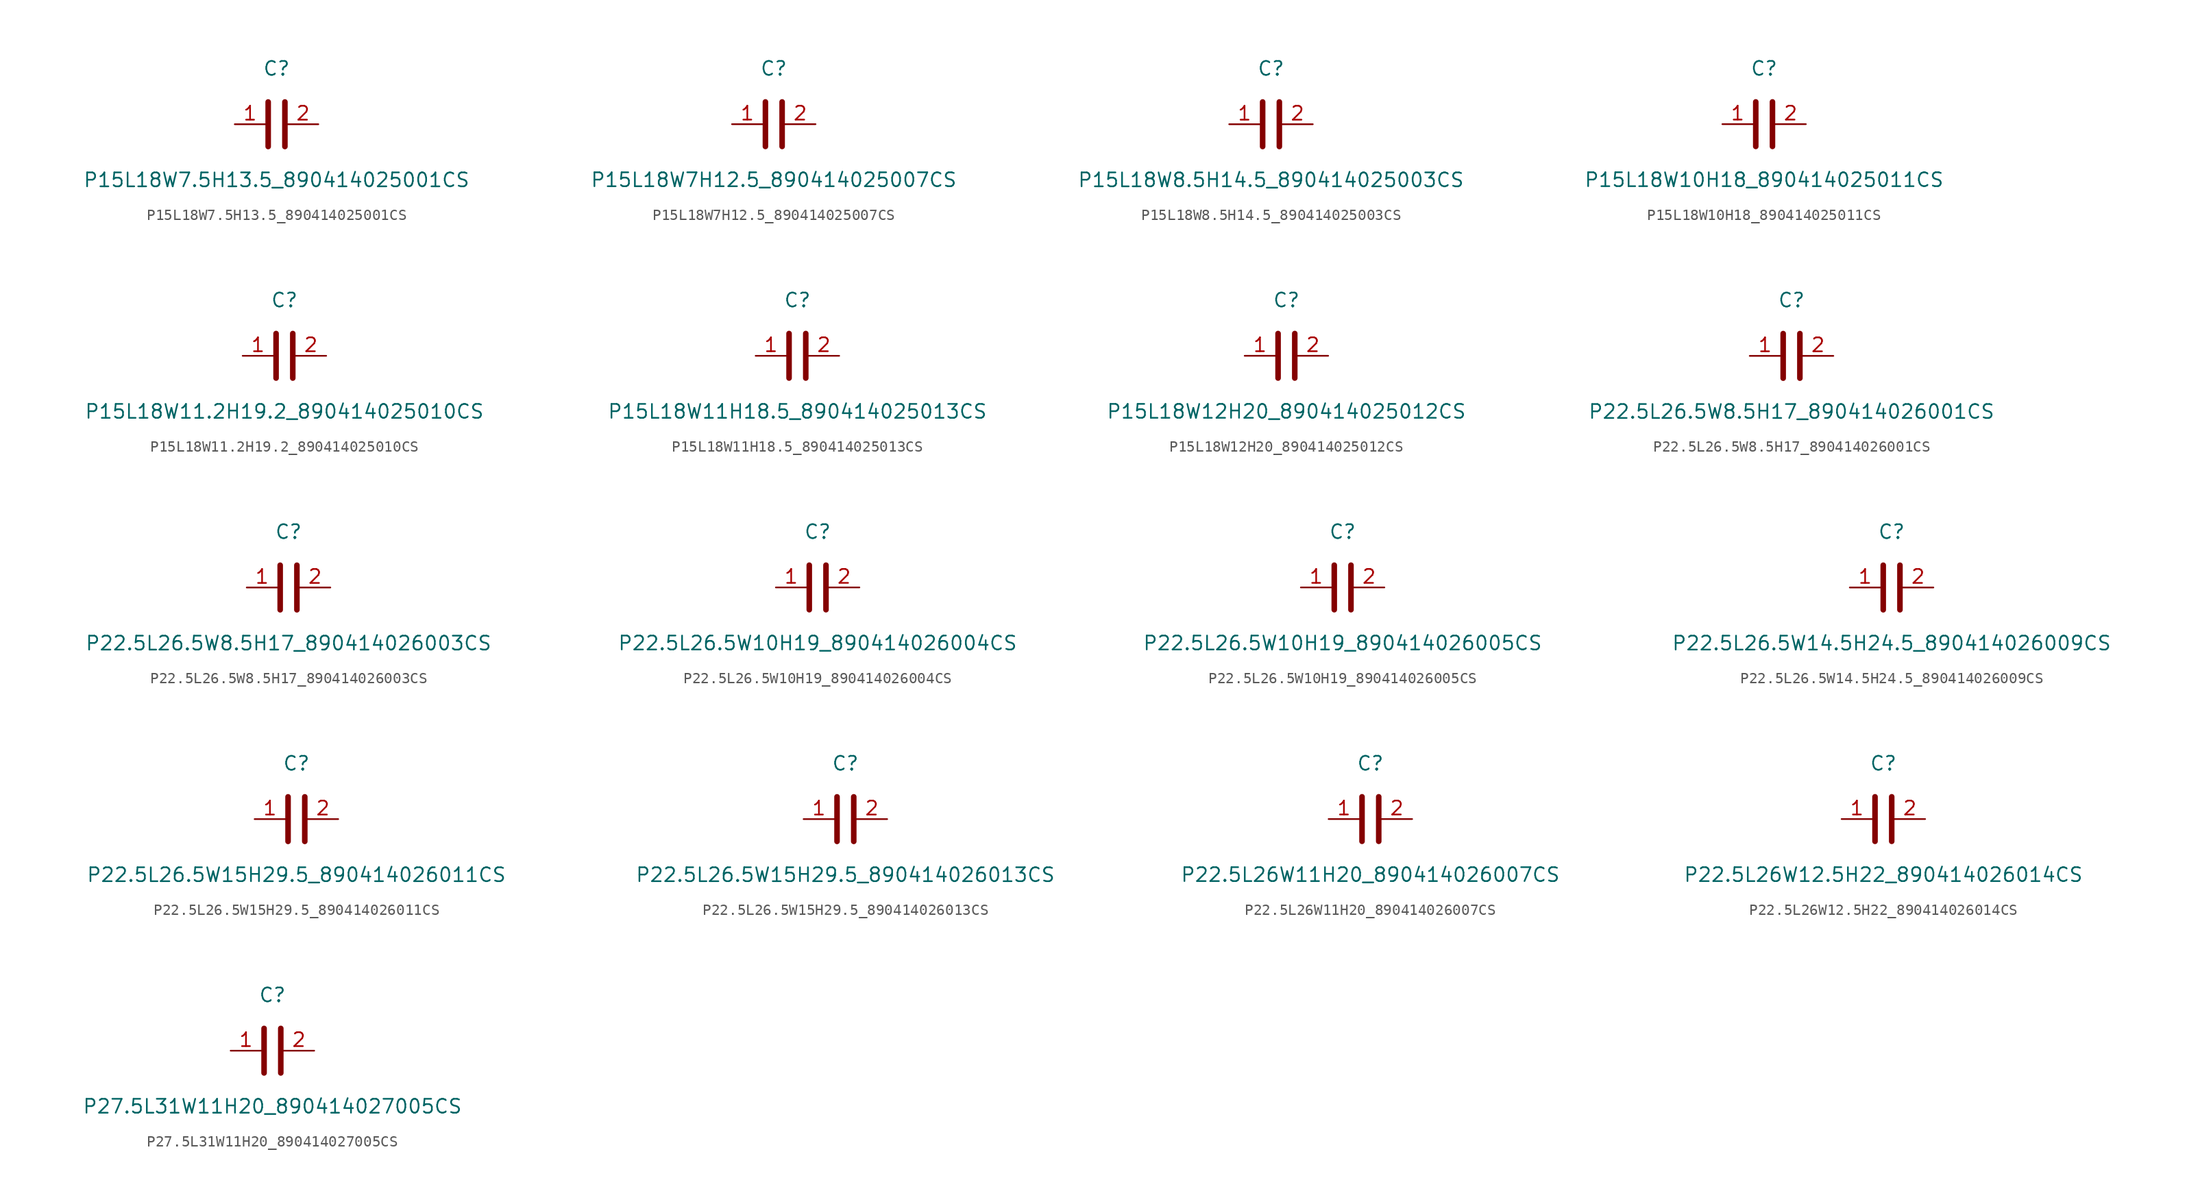
<source format=kicad_sym>
(kicad_symbol_lib
  (version 20220914)
  (generator kicad_symbol_editor)
  (symbol "P15L18W7.5H13.5_890414025001CS"
    (pin_names hide)
    (property "Reference" "C"
      (at 0 5.08 0)
      (effects (font (size 1.27 1.27))))
    (property "Value" "P15L18W7.5H13.5_890414025001CS"
      (at 0 -5.08 0)
      (effects (font (size 1.27 1.27))))
    (symbol "P15L18W7.5H13.5_890414025001CS_0_1"
      (polyline (pts (xy -0.762 -2.032) (xy -0.762 2.032)) (stroke (width 0.508) (type default)) (fill (type none)))
      (polyline (pts (xy 0.762 -2.032) (xy 0.762 2.032)) (stroke (width 0.508) (type default)) (fill (type none))))
    (symbol "P15L18W7.5H13.5_890414025001CS_1_1"
      (pin passive line (at -3.81 0 0) (length 2.794) (name "1" (effects (font (size 1.27 1.27)))) (number "1" (effects (font (size 1.27 1.27)))))
      (pin passive line (at 3.81 0 180) (length 2.794) (name "2" (effects (font (size 1.27 1.27)))) (number "2" (effects (font (size 1.27 1.27)))))))
  (symbol "P15L18W7H12.5_890414025007CS"
    (pin_names hide)
    (property "Reference" "C"
      (at 0 5.08 0)
      (effects (font (size 1.27 1.27))))
    (property "Value" "P15L18W7H12.5_890414025007CS"
      (at 0 -5.08 0)
      (effects (font (size 1.27 1.27))))
    (symbol "P15L18W7H12.5_890414025007CS_0_1"
      (polyline (pts (xy -0.762 -2.032) (xy -0.762 2.032)) (stroke (width 0.508) (type default)) (fill (type none)))
      (polyline (pts (xy 0.762 -2.032) (xy 0.762 2.032)) (stroke (width 0.508) (type default)) (fill (type none))))
    (symbol "P15L18W7H12.5_890414025007CS_1_1"
      (pin passive line (at -3.81 0 0) (length 2.794) (name "1" (effects (font (size 1.27 1.27)))) (number "1" (effects (font (size 1.27 1.27)))))
      (pin passive line (at 3.81 0 180) (length 2.794) (name "2" (effects (font (size 1.27 1.27)))) (number "2" (effects (font (size 1.27 1.27)))))))
  (symbol "P15L18W8.5H14.5_890414025003CS"
    (pin_names hide)
    (property "Reference" "C"
      (at 0 5.08 0)
      (effects (font (size 1.27 1.27))))
    (property "Value" "P15L18W8.5H14.5_890414025003CS"
      (at 0 -5.08 0)
      (effects (font (size 1.27 1.27))))
    (symbol "P15L18W8.5H14.5_890414025003CS_0_1"
      (polyline (pts (xy -0.762 -2.032) (xy -0.762 2.032)) (stroke (width 0.508) (type default)) (fill (type none)))
      (polyline (pts (xy 0.762 -2.032) (xy 0.762 2.032)) (stroke (width 0.508) (type default)) (fill (type none))))
    (symbol "P15L18W8.5H14.5_890414025003CS_1_1"
      (pin passive line (at -3.81 0 0) (length 2.794) (name "1" (effects (font (size 1.27 1.27)))) (number "1" (effects (font (size 1.27 1.27)))))
      (pin passive line (at 3.81 0 180) (length 2.794) (name "2" (effects (font (size 1.27 1.27)))) (number "2" (effects (font (size 1.27 1.27)))))))
  (symbol "P15L18W10H18_890414025011CS"
    (pin_names hide)
    (property "Reference" "C"
      (at 0 5.08 0)
      (effects (font (size 1.27 1.27))))
    (property "Value" "P15L18W10H18_890414025011CS"
      (at 0 -5.08 0)
      (effects (font (size 1.27 1.27))))
    (symbol "P15L18W10H18_890414025011CS_0_1"
      (polyline (pts (xy -0.762 -2.032) (xy -0.762 2.032)) (stroke (width 0.508) (type default)) (fill (type none)))
      (polyline (pts (xy 0.762 -2.032) (xy 0.762 2.032)) (stroke (width 0.508) (type default)) (fill (type none))))
    (symbol "P15L18W10H18_890414025011CS_1_1"
      (pin passive line (at -3.81 0 0) (length 2.794) (name "1" (effects (font (size 1.27 1.27)))) (number "1" (effects (font (size 1.27 1.27)))))
      (pin passive line (at 3.81 0 180) (length 2.794) (name "2" (effects (font (size 1.27 1.27)))) (number "2" (effects (font (size 1.27 1.27)))))))
  (symbol "P15L18W11.2H19.2_890414025010CS"
    (pin_names hide)
    (property "Reference" "C"
      (at 0 5.08 0)
      (effects (font (size 1.27 1.27))))
    (property "Value" "P15L18W11.2H19.2_890414025010CS"
      (at 0 -5.08 0)
      (effects (font (size 1.27 1.27))))
    (symbol "P15L18W11.2H19.2_890414025010CS_0_1"
      (polyline (pts (xy -0.762 -2.032) (xy -0.762 2.032)) (stroke (width 0.508) (type default)) (fill (type none)))
      (polyline (pts (xy 0.762 -2.032) (xy 0.762 2.032)) (stroke (width 0.508) (type default)) (fill (type none))))
    (symbol "P15L18W11.2H19.2_890414025010CS_1_1"
      (pin passive line (at -3.81 0 0) (length 2.794) (name "1" (effects (font (size 1.27 1.27)))) (number "1" (effects (font (size 1.27 1.27)))))
      (pin passive line (at 3.81 0 180) (length 2.794) (name "2" (effects (font (size 1.27 1.27)))) (number "2" (effects (font (size 1.27 1.27)))))))
  (symbol "P15L18W11H18.5_890414025013CS"
    (pin_names hide)
    (property "Reference" "C"
      (at 0 5.08 0)
      (effects (font (size 1.27 1.27))))
    (property "Value" "P15L18W11H18.5_890414025013CS"
      (at 0 -5.08 0)
      (effects (font (size 1.27 1.27))))
    (symbol "P15L18W11H18.5_890414025013CS_0_1"
      (polyline (pts (xy -0.762 -2.032) (xy -0.762 2.032)) (stroke (width 0.508) (type default)) (fill (type none)))
      (polyline (pts (xy 0.762 -2.032) (xy 0.762 2.032)) (stroke (width 0.508) (type default)) (fill (type none))))
    (symbol "P15L18W11H18.5_890414025013CS_1_1"
      (pin passive line (at -3.81 0 0) (length 2.794) (name "1" (effects (font (size 1.27 1.27)))) (number "1" (effects (font (size 1.27 1.27)))))
      (pin passive line (at 3.81 0 180) (length 2.794) (name "2" (effects (font (size 1.27 1.27)))) (number "2" (effects (font (size 1.27 1.27)))))))
  (symbol "P15L18W12H20_890414025012CS"
    (pin_names hide)
    (property "Reference" "C"
      (at 0 5.08 0)
      (effects (font (size 1.27 1.27))))
    (property "Value" "P15L18W12H20_890414025012CS"
      (at 0 -5.08 0)
      (effects (font (size 1.27 1.27))))
    (symbol "P15L18W12H20_890414025012CS_0_1"
      (polyline (pts (xy -0.762 -2.032) (xy -0.762 2.032)) (stroke (width 0.508) (type default)) (fill (type none)))
      (polyline (pts (xy 0.762 -2.032) (xy 0.762 2.032)) (stroke (width 0.508) (type default)) (fill (type none))))
    (symbol "P15L18W12H20_890414025012CS_1_1"
      (pin passive line (at -3.81 0 0) (length 2.794) (name "1" (effects (font (size 1.27 1.27)))) (number "1" (effects (font (size 1.27 1.27)))))
      (pin passive line (at 3.81 0 180) (length 2.794) (name "2" (effects (font (size 1.27 1.27)))) (number "2" (effects (font (size 1.27 1.27)))))))
  (symbol "P22.5L26.5W8.5H17_890414026001CS"
    (pin_names hide)
    (property "Reference" "C"
      (at 0 5.08 0)
      (effects (font (size 1.27 1.27))))
    (property "Value" "P22.5L26.5W8.5H17_890414026001CS"
      (at 0 -5.08 0)
      (effects (font (size 1.27 1.27))))
    (symbol "P22.5L26.5W8.5H17_890414026001CS_0_1"
      (polyline (pts (xy -0.762 -2.032) (xy -0.762 2.032)) (stroke (width 0.508) (type default)) (fill (type none)))
      (polyline (pts (xy 0.762 -2.032) (xy 0.762 2.032)) (stroke (width 0.508) (type default)) (fill (type none))))
    (symbol "P22.5L26.5W8.5H17_890414026001CS_1_1"
      (pin passive line (at -3.81 0 0) (length 2.794) (name "1" (effects (font (size 1.27 1.27)))) (number "1" (effects (font (size 1.27 1.27)))))
      (pin passive line (at 3.81 0 180) (length 2.794) (name "2" (effects (font (size 1.27 1.27)))) (number "2" (effects (font (size 1.27 1.27)))))))
  (symbol "P22.5L26.5W8.5H17_890414026003CS"
    (pin_names hide)
    (property "Reference" "C"
      (at 0 5.08 0)
      (effects (font (size 1.27 1.27))))
    (property "Value" "P22.5L26.5W8.5H17_890414026003CS"
      (at 0 -5.08 0)
      (effects (font (size 1.27 1.27))))
    (symbol "P22.5L26.5W8.5H17_890414026003CS_0_1"
      (polyline (pts (xy -0.762 -2.032) (xy -0.762 2.032)) (stroke (width 0.508) (type default)) (fill (type none)))
      (polyline (pts (xy 0.762 -2.032) (xy 0.762 2.032)) (stroke (width 0.508) (type default)) (fill (type none))))
    (symbol "P22.5L26.5W8.5H17_890414026003CS_1_1"
      (pin passive line (at -3.81 0 0) (length 2.794) (name "1" (effects (font (size 1.27 1.27)))) (number "1" (effects (font (size 1.27 1.27)))))
      (pin passive line (at 3.81 0 180) (length 2.794) (name "2" (effects (font (size 1.27 1.27)))) (number "2" (effects (font (size 1.27 1.27)))))))
  (symbol "P22.5L26.5W10H19_890414026004CS"
    (pin_names hide)
    (property "Reference" "C"
      (at 0 5.08 0)
      (effects (font (size 1.27 1.27))))
    (property "Value" "P22.5L26.5W10H19_890414026004CS"
      (at 0 -5.08 0)
      (effects (font (size 1.27 1.27))))
    (symbol "P22.5L26.5W10H19_890414026004CS_0_1"
      (polyline (pts (xy -0.762 -2.032) (xy -0.762 2.032)) (stroke (width 0.508) (type default)) (fill (type none)))
      (polyline (pts (xy 0.762 -2.032) (xy 0.762 2.032)) (stroke (width 0.508) (type default)) (fill (type none))))
    (symbol "P22.5L26.5W10H19_890414026004CS_1_1"
      (pin passive line (at -3.81 0 0) (length 2.794) (name "1" (effects (font (size 1.27 1.27)))) (number "1" (effects (font (size 1.27 1.27)))))
      (pin passive line (at 3.81 0 180) (length 2.794) (name "2" (effects (font (size 1.27 1.27)))) (number "2" (effects (font (size 1.27 1.27)))))))
  (symbol "P22.5L26.5W10H19_890414026005CS"
    (pin_names hide)
    (property "Reference" "C"
      (at 0 5.08 0)
      (effects (font (size 1.27 1.27))))
    (property "Value" "P22.5L26.5W10H19_890414026005CS"
      (at 0 -5.08 0)
      (effects (font (size 1.27 1.27))))
    (symbol "P22.5L26.5W10H19_890414026005CS_0_1"
      (polyline (pts (xy -0.762 -2.032) (xy -0.762 2.032)) (stroke (width 0.508) (type default)) (fill (type none)))
      (polyline (pts (xy 0.762 -2.032) (xy 0.762 2.032)) (stroke (width 0.508) (type default)) (fill (type none))))
    (symbol "P22.5L26.5W10H19_890414026005CS_1_1"
      (pin passive line (at -3.81 0 0) (length 2.794) (name "1" (effects (font (size 1.27 1.27)))) (number "1" (effects (font (size 1.27 1.27)))))
      (pin passive line (at 3.81 0 180) (length 2.794) (name "2" (effects (font (size 1.27 1.27)))) (number "2" (effects (font (size 1.27 1.27)))))))
  (symbol "P22.5L26.5W14.5H24.5_890414026009CS"
    (pin_names hide)
    (property "Reference" "C"
      (at 0 5.08 0)
      (effects (font (size 1.27 1.27))))
    (property "Value" "P22.5L26.5W14.5H24.5_890414026009CS"
      (at 0 -5.08 0)
      (effects (font (size 1.27 1.27))))
    (symbol "P22.5L26.5W14.5H24.5_890414026009CS_0_1"
      (polyline (pts (xy -0.762 -2.032) (xy -0.762 2.032)) (stroke (width 0.508) (type default)) (fill (type none)))
      (polyline (pts (xy 0.762 -2.032) (xy 0.762 2.032)) (stroke (width 0.508) (type default)) (fill (type none))))
    (symbol "P22.5L26.5W14.5H24.5_890414026009CS_1_1"
      (pin passive line (at -3.81 0 0) (length 2.794) (name "1" (effects (font (size 1.27 1.27)))) (number "1" (effects (font (size 1.27 1.27)))))
      (pin passive line (at 3.81 0 180) (length 2.794) (name "2" (effects (font (size 1.27 1.27)))) (number "2" (effects (font (size 1.27 1.27)))))))
  (symbol "P22.5L26.5W15H29.5_890414026011CS"
    (pin_names hide)
    (property "Reference" "C"
      (at 0 5.08 0)
      (effects (font (size 1.27 1.27))))
    (property "Value" "P22.5L26.5W15H29.5_890414026011CS"
      (at 0 -5.08 0)
      (effects (font (size 1.27 1.27))))
    (symbol "P22.5L26.5W15H29.5_890414026011CS_0_1"
      (polyline (pts (xy -0.762 -2.032) (xy -0.762 2.032)) (stroke (width 0.508) (type default)) (fill (type none)))
      (polyline (pts (xy 0.762 -2.032) (xy 0.762 2.032)) (stroke (width 0.508) (type default)) (fill (type none))))
    (symbol "P22.5L26.5W15H29.5_890414026011CS_1_1"
      (pin passive line (at -3.81 0 0) (length 2.794) (name "1" (effects (font (size 1.27 1.27)))) (number "1" (effects (font (size 1.27 1.27)))))
      (pin passive line (at 3.81 0 180) (length 2.794) (name "2" (effects (font (size 1.27 1.27)))) (number "2" (effects (font (size 1.27 1.27)))))))
  (symbol "P22.5L26.5W15H29.5_890414026013CS"
    (pin_names hide)
    (property "Reference" "C"
      (at 0 5.08 0)
      (effects (font (size 1.27 1.27))))
    (property "Value" "P22.5L26.5W15H29.5_890414026013CS"
      (at 0 -5.08 0)
      (effects (font (size 1.27 1.27))))
    (symbol "P22.5L26.5W15H29.5_890414026013CS_0_1"
      (polyline (pts (xy -0.762 -2.032) (xy -0.762 2.032)) (stroke (width 0.508) (type default)) (fill (type none)))
      (polyline (pts (xy 0.762 -2.032) (xy 0.762 2.032)) (stroke (width 0.508) (type default)) (fill (type none))))
    (symbol "P22.5L26.5W15H29.5_890414026013CS_1_1"
      (pin passive line (at -3.81 0 0) (length 2.794) (name "1" (effects (font (size 1.27 1.27)))) (number "1" (effects (font (size 1.27 1.27)))))
      (pin passive line (at 3.81 0 180) (length 2.794) (name "2" (effects (font (size 1.27 1.27)))) (number "2" (effects (font (size 1.27 1.27)))))))
  (symbol "P22.5L26W11H20_890414026007CS"
    (pin_names hide)
    (property "Reference" "C"
      (at 0 5.08 0)
      (effects (font (size 1.27 1.27))))
    (property "Value" "P22.5L26W11H20_890414026007CS"
      (at 0 -5.08 0)
      (effects (font (size 1.27 1.27))))
    (symbol "P22.5L26W11H20_890414026007CS_0_1"
      (polyline (pts (xy -0.762 -2.032) (xy -0.762 2.032)) (stroke (width 0.508) (type default)) (fill (type none)))
      (polyline (pts (xy 0.762 -2.032) (xy 0.762 2.032)) (stroke (width 0.508) (type default)) (fill (type none))))
    (symbol "P22.5L26W11H20_890414026007CS_1_1"
      (pin passive line (at -3.81 0 0) (length 2.794) (name "1" (effects (font (size 1.27 1.27)))) (number "1" (effects (font (size 1.27 1.27)))))
      (pin passive line (at 3.81 0 180) (length 2.794) (name "2" (effects (font (size 1.27 1.27)))) (number "2" (effects (font (size 1.27 1.27)))))))
  (symbol "P22.5L26W12.5H22_890414026014CS"
    (pin_names hide)
    (property "Reference" "C"
      (at 0 5.08 0)
      (effects (font (size 1.27 1.27))))
    (property "Value" "P22.5L26W12.5H22_890414026014CS"
      (at 0 -5.08 0)
      (effects (font (size 1.27 1.27))))
    (symbol "P22.5L26W12.5H22_890414026014CS_0_1"
      (polyline (pts (xy -0.762 -2.032) (xy -0.762 2.032)) (stroke (width 0.508) (type default)) (fill (type none)))
      (polyline (pts (xy 0.762 -2.032) (xy 0.762 2.032)) (stroke (width 0.508) (type default)) (fill (type none))))
    (symbol "P22.5L26W12.5H22_890414026014CS_1_1"
      (pin passive line (at -3.81 0 0) (length 2.794) (name "1" (effects (font (size 1.27 1.27)))) (number "1" (effects (font (size 1.27 1.27)))))
      (pin passive line (at 3.81 0 180) (length 2.794) (name "2" (effects (font (size 1.27 1.27)))) (number "2" (effects (font (size 1.27 1.27)))))))
  (symbol "P27.5L31W11H20_890414027005CS"
    (pin_names hide)
    (property "Reference" "C"
      (at 0 5.08 0)
      (effects (font (size 1.27 1.27))))
    (property "Value" "P27.5L31W11H20_890414027005CS"
      (at 0 -5.08 0)
      (effects (font (size 1.27 1.27))))
    (symbol "P27.5L31W11H20_890414027005CS_0_1"
      (polyline (pts (xy -0.762 -2.032) (xy -0.762 2.032)) (stroke (width 0.508) (type default)) (fill (type none)))
      (polyline (pts (xy 0.762 -2.032) (xy 0.762 2.032)) (stroke (width 0.508) (type default)) (fill (type none))))
    (symbol "P27.5L31W11H20_890414027005CS_1_1"
      (pin passive line (at -3.81 0 0) (length 2.794) (name "1" (effects (font (size 1.27 1.27)))) (number "1" (effects (font (size 1.27 1.27)))))
      (pin passive line (at 3.81 0 180) (length 2.794) (name "2" (effects (font (size 1.27 1.27)))) (number "2" (effects (font (size 1.27 1.27))))))))
</source>
